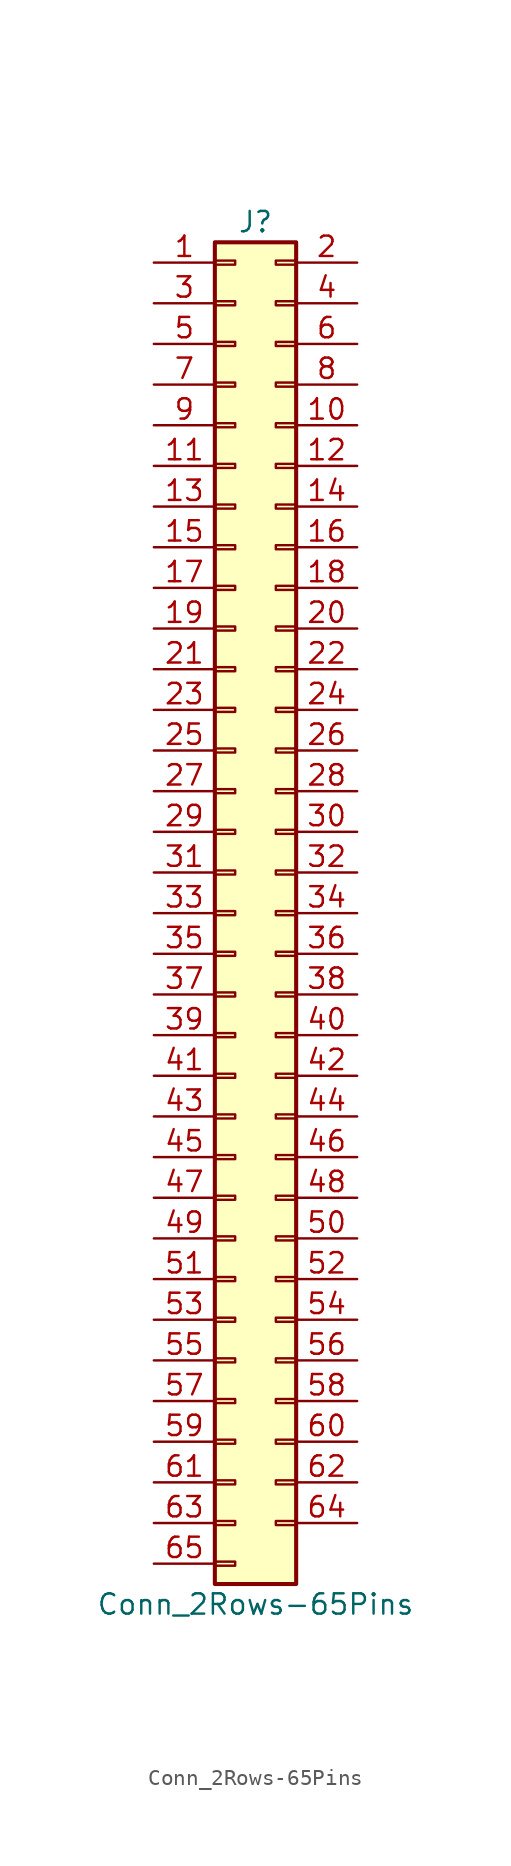
<source format=kicad_sym>
(kicad_symbol_lib
  (version 20220914)
  (generator kicad_symbol_editor)
  (symbol "Conn_2Rows-65Pins"
    (pin_names
      (offset 1.016) hide)
    (property "Reference" "J"
      (at 1.27 43.18 0)
      (effects (font (size 1.27 1.27))))
    (property "Value" "Conn_2Rows-65Pins"
      (at 1.27 -43.18 0)
      (effects (font (size 1.27 1.27))))
    (symbol "Conn_2Rows-65Pins_1_1"
      (rectangle (start -1.27 -40.513) (end 0 -40.767) (stroke (width 0.152) (type default)) (fill (type none)))
      (rectangle (start -1.27 -37.973) (end 0 -38.227) (stroke (width 0.152) (type default)) (fill (type none)))
      (rectangle (start -1.27 -35.433) (end 0 -35.687) (stroke (width 0.152) (type default)) (fill (type none)))
      (rectangle (start -1.27 -32.893) (end 0 -33.147) (stroke (width 0.152) (type default)) (fill (type none)))
      (rectangle (start -1.27 -30.353) (end 0 -30.607) (stroke (width 0.152) (type default)) (fill (type none)))
      (rectangle (start -1.27 -27.813) (end 0 -28.067) (stroke (width 0.152) (type default)) (fill (type none)))
      (rectangle (start -1.27 -25.273) (end 0 -25.527) (stroke (width 0.152) (type default)) (fill (type none)))
      (rectangle (start -1.27 -22.733) (end 0 -22.987) (stroke (width 0.152) (type default)) (fill (type none)))
      (rectangle (start -1.27 -20.193) (end 0 -20.447) (stroke (width 0.152) (type default)) (fill (type none)))
      (rectangle (start -1.27 -17.653) (end 0 -17.907) (stroke (width 0.152) (type default)) (fill (type none)))
      (rectangle (start -1.27 -15.113) (end 0 -15.367) (stroke (width 0.152) (type default)) (fill (type none)))
      (rectangle (start -1.27 -12.573) (end 0 -12.827) (stroke (width 0.152) (type default)) (fill (type none)))
      (rectangle (start -1.27 -10.033) (end 0 -10.287) (stroke (width 0.152) (type default)) (fill (type none)))
      (rectangle (start -1.27 -7.493) (end 0 -7.747) (stroke (width 0.152) (type default)) (fill (type none)))
      (rectangle (start -1.27 -4.953) (end 0 -5.207) (stroke (width 0.152) (type default)) (fill (type none)))
      (rectangle (start -1.27 -2.413) (end 0 -2.667) (stroke (width 0.152) (type default)) (fill (type none)))
      (rectangle (start -1.27 0.127) (end 0 -0.127) (stroke (width 0.152) (type default)) (fill (type none)))
      (rectangle (start -1.27 2.667) (end 0 2.413) (stroke (width 0.152) (type default)) (fill (type none)))
      (rectangle (start -1.27 5.207) (end 0 4.953) (stroke (width 0.152) (type default)) (fill (type none)))
      (rectangle (start -1.27 7.747) (end 0 7.493) (stroke (width 0.152) (type default)) (fill (type none)))
      (rectangle (start -1.27 10.287) (end 0 10.033) (stroke (width 0.152) (type default)) (fill (type none)))
      (rectangle (start -1.27 12.827) (end 0 12.573) (stroke (width 0.152) (type default)) (fill (type none)))
      (rectangle (start -1.27 15.367) (end 0 15.113) (stroke (width 0.152) (type default)) (fill (type none)))
      (rectangle (start -1.27 17.907) (end 0 17.653) (stroke (width 0.152) (type default)) (fill (type none)))
      (rectangle (start -1.27 20.447) (end 0 20.193) (stroke (width 0.152) (type default)) (fill (type none)))
      (rectangle (start -1.27 22.987) (end 0 22.733) (stroke (width 0.152) (type default)) (fill (type none)))
      (rectangle (start -1.27 25.527) (end 0 25.273) (stroke (width 0.152) (type default)) (fill (type none)))
      (rectangle (start -1.27 28.067) (end 0 27.813) (stroke (width 0.152) (type default)) (fill (type none)))
      (rectangle (start -1.27 30.607) (end 0 30.353) (stroke (width 0.152) (type default)) (fill (type none)))
      (rectangle (start -1.27 33.147) (end 0 32.893) (stroke (width 0.152) (type default)) (fill (type none)))
      (rectangle (start -1.27 35.687) (end 0 35.433) (stroke (width 0.152) (type default)) (fill (type none)))
      (rectangle (start -1.27 38.227) (end 0 37.973) (stroke (width 0.152) (type default)) (fill (type none)))
      (rectangle (start -1.27 40.767) (end 0 40.513) (stroke (width 0.152) (type default)) (fill (type none)))
      (rectangle (start -1.27 41.91) (end 3.81 -41.91) (stroke (width 0.254) (type default)) (fill (type background)))
      (rectangle (start 3.81 -37.973) (end 2.54 -38.227) (stroke (width 0.152) (type default)) (fill (type none)))
      (rectangle (start 3.81 -35.433) (end 2.54 -35.687) (stroke (width 0.152) (type default)) (fill (type none)))
      (rectangle (start 3.81 -32.893) (end 2.54 -33.147) (stroke (width 0.152) (type default)) (fill (type none)))
      (rectangle (start 3.81 -30.353) (end 2.54 -30.607) (stroke (width 0.152) (type default)) (fill (type none)))
      (rectangle (start 3.81 -27.813) (end 2.54 -28.067) (stroke (width 0.152) (type default)) (fill (type none)))
      (rectangle (start 3.81 -25.273) (end 2.54 -25.527) (stroke (width 0.152) (type default)) (fill (type none)))
      (rectangle (start 3.81 -22.733) (end 2.54 -22.987) (stroke (width 0.152) (type default)) (fill (type none)))
      (rectangle (start 3.81 -20.193) (end 2.54 -20.447) (stroke (width 0.152) (type default)) (fill (type none)))
      (rectangle (start 3.81 -17.653) (end 2.54 -17.907) (stroke (width 0.152) (type default)) (fill (type none)))
      (rectangle (start 3.81 -15.113) (end 2.54 -15.367) (stroke (width 0.152) (type default)) (fill (type none)))
      (rectangle (start 3.81 -12.573) (end 2.54 -12.827) (stroke (width 0.152) (type default)) (fill (type none)))
      (rectangle (start 3.81 -10.033) (end 2.54 -10.287) (stroke (width 0.152) (type default)) (fill (type none)))
      (rectangle (start 3.81 -7.493) (end 2.54 -7.747) (stroke (width 0.152) (type default)) (fill (type none)))
      (rectangle (start 3.81 -4.953) (end 2.54 -5.207) (stroke (width 0.152) (type default)) (fill (type none)))
      (rectangle (start 3.81 -2.413) (end 2.54 -2.667) (stroke (width 0.152) (type default)) (fill (type none)))
      (rectangle (start 3.81 0.127) (end 2.54 -0.127) (stroke (width 0.152) (type default)) (fill (type none)))
      (rectangle (start 3.81 2.667) (end 2.54 2.413) (stroke (width 0.152) (type default)) (fill (type none)))
      (rectangle (start 3.81 5.207) (end 2.54 4.953) (stroke (width 0.152) (type default)) (fill (type none)))
      (rectangle (start 3.81 7.747) (end 2.54 7.493) (stroke (width 0.152) (type default)) (fill (type none)))
      (rectangle (start 3.81 10.287) (end 2.54 10.033) (stroke (width 0.152) (type default)) (fill (type none)))
      (rectangle (start 3.81 12.827) (end 2.54 12.573) (stroke (width 0.152) (type default)) (fill (type none)))
      (rectangle (start 3.81 15.367) (end 2.54 15.113) (stroke (width 0.152) (type default)) (fill (type none)))
      (rectangle (start 3.81 17.907) (end 2.54 17.653) (stroke (width 0.152) (type default)) (fill (type none)))
      (rectangle (start 3.81 20.447) (end 2.54 20.193) (stroke (width 0.152) (type default)) (fill (type none)))
      (rectangle (start 3.81 22.987) (end 2.54 22.733) (stroke (width 0.152) (type default)) (fill (type none)))
      (rectangle (start 3.81 25.527) (end 2.54 25.273) (stroke (width 0.152) (type default)) (fill (type none)))
      (rectangle (start 3.81 28.067) (end 2.54 27.813) (stroke (width 0.152) (type default)) (fill (type none)))
      (rectangle (start 3.81 30.607) (end 2.54 30.353) (stroke (width 0.152) (type default)) (fill (type none)))
      (rectangle (start 3.81 33.147) (end 2.54 32.893) (stroke (width 0.152) (type default)) (fill (type none)))
      (rectangle (start 3.81 35.687) (end 2.54 35.433) (stroke (width 0.152) (type default)) (fill (type none)))
      (rectangle (start 3.81 38.227) (end 2.54 37.973) (stroke (width 0.152) (type default)) (fill (type none)))
      (rectangle (start 3.81 40.767) (end 2.54 40.513) (stroke (width 0.152) (type default)) (fill (type none)))
      (pin passive line (at -5.08 40.64 0) (length 3.81) (name "Pin_1" (effects (font (size 1.27 1.27)))) (number "1" (effects (font (size 1.27 1.27)))))
      (pin passive line (at 7.62 30.48 180) (length 3.81) (name "Pin_10" (effects (font (size 1.27 1.27)))) (number "10" (effects (font (size 1.27 1.27)))))
      (pin passive line (at -5.08 27.94 0) (length 3.81) (name "Pin_11" (effects (font (size 1.27 1.27)))) (number "11" (effects (font (size 1.27 1.27)))))
      (pin passive line (at 7.62 27.94 180) (length 3.81) (name "Pin_12" (effects (font (size 1.27 1.27)))) (number "12" (effects (font (size 1.27 1.27)))))
      (pin passive line (at -5.08 25.4 0) (length 3.81) (name "Pin_13" (effects (font (size 1.27 1.27)))) (number "13" (effects (font (size 1.27 1.27)))))
      (pin passive line (at 7.62 25.4 180) (length 3.81) (name "Pin_14" (effects (font (size 1.27 1.27)))) (number "14" (effects (font (size 1.27 1.27)))))
      (pin passive line (at -5.08 22.86 0) (length 3.81) (name "Pin_15" (effects (font (size 1.27 1.27)))) (number "15" (effects (font (size 1.27 1.27)))))
      (pin passive line (at 7.62 22.86 180) (length 3.81) (name "Pin_16" (effects (font (size 1.27 1.27)))) (number "16" (effects (font (size 1.27 1.27)))))
      (pin passive line (at -5.08 20.32 0) (length 3.81) (name "Pin_17" (effects (font (size 1.27 1.27)))) (number "17" (effects (font (size 1.27 1.27)))))
      (pin passive line (at 7.62 20.32 180) (length 3.81) (name "Pin_18" (effects (font (size 1.27 1.27)))) (number "18" (effects (font (size 1.27 1.27)))))
      (pin passive line (at -5.08 17.78 0) (length 3.81) (name "Pin_19" (effects (font (size 1.27 1.27)))) (number "19" (effects (font (size 1.27 1.27)))))
      (pin passive line (at 7.62 40.64 180) (length 3.81) (name "Pin_2" (effects (font (size 1.27 1.27)))) (number "2" (effects (font (size 1.27 1.27)))))
      (pin passive line (at 7.62 17.78 180) (length 3.81) (name "Pin_20" (effects (font (size 1.27 1.27)))) (number "20" (effects (font (size 1.27 1.27)))))
      (pin passive line (at -5.08 15.24 0) (length 3.81) (name "Pin_21" (effects (font (size 1.27 1.27)))) (number "21" (effects (font (size 1.27 1.27)))))
      (pin passive line (at 7.62 15.24 180) (length 3.81) (name "Pin_22" (effects (font (size 1.27 1.27)))) (number "22" (effects (font (size 1.27 1.27)))))
      (pin passive line (at -5.08 12.7 0) (length 3.81) (name "Pin_23" (effects (font (size 1.27 1.27)))) (number "23" (effects (font (size 1.27 1.27)))))
      (pin passive line (at 7.62 12.7 180) (length 3.81) (name "Pin_24" (effects (font (size 1.27 1.27)))) (number "24" (effects (font (size 1.27 1.27)))))
      (pin passive line (at -5.08 10.16 0) (length 3.81) (name "Pin_25" (effects (font (size 1.27 1.27)))) (number "25" (effects (font (size 1.27 1.27)))))
      (pin passive line (at 7.62 10.16 180) (length 3.81) (name "Pin_26" (effects (font (size 1.27 1.27)))) (number "26" (effects (font (size 1.27 1.27)))))
      (pin passive line (at -5.08 7.62 0) (length 3.81) (name "Pin_27" (effects (font (size 1.27 1.27)))) (number "27" (effects (font (size 1.27 1.27)))))
      (pin passive line (at 7.62 7.62 180) (length 3.81) (name "Pin_28" (effects (font (size 1.27 1.27)))) (number "28" (effects (font (size 1.27 1.27)))))
      (pin passive line (at -5.08 5.08 0) (length 3.81) (name "Pin_29" (effects (font (size 1.27 1.27)))) (number "29" (effects (font (size 1.27 1.27)))))
      (pin passive line (at -5.08 38.1 0) (length 3.81) (name "Pin_3" (effects (font (size 1.27 1.27)))) (number "3" (effects (font (size 1.27 1.27)))))
      (pin passive line (at 7.62 5.08 180) (length 3.81) (name "Pin_30" (effects (font (size 1.27 1.27)))) (number "30" (effects (font (size 1.27 1.27)))))
      (pin passive line (at -5.08 2.54 0) (length 3.81) (name "Pin_31" (effects (font (size 1.27 1.27)))) (number "31" (effects (font (size 1.27 1.27)))))
      (pin passive line (at 7.62 2.54 180) (length 3.81) (name "Pin_32" (effects (font (size 1.27 1.27)))) (number "32" (effects (font (size 1.27 1.27)))))
      (pin passive line (at -5.08 0 0) (length 3.81) (name "Pin_33" (effects (font (size 1.27 1.27)))) (number "33" (effects (font (size 1.27 1.27)))))
      (pin passive line (at 7.62 0 180) (length 3.81) (name "Pin_34" (effects (font (size 1.27 1.27)))) (number "34" (effects (font (size 1.27 1.27)))))
      (pin passive line (at -5.08 -2.54 0) (length 3.81) (name "Pin_35" (effects (font (size 1.27 1.27)))) (number "35" (effects (font (size 1.27 1.27)))))
      (pin passive line (at 7.62 -2.54 180) (length 3.81) (name "Pin_36" (effects (font (size 1.27 1.27)))) (number "36" (effects (font (size 1.27 1.27)))))
      (pin passive line (at -5.08 -5.08 0) (length 3.81) (name "Pin_37" (effects (font (size 1.27 1.27)))) (number "37" (effects (font (size 1.27 1.27)))))
      (pin passive line (at 7.62 -5.08 180) (length 3.81) (name "Pin_38" (effects (font (size 1.27 1.27)))) (number "38" (effects (font (size 1.27 1.27)))))
      (pin passive line (at -5.08 -7.62 0) (length 3.81) (name "Pin_39" (effects (font (size 1.27 1.27)))) (number "39" (effects (font (size 1.27 1.27)))))
      (pin passive line (at 7.62 38.1 180) (length 3.81) (name "Pin_4" (effects (font (size 1.27 1.27)))) (number "4" (effects (font (size 1.27 1.27)))))
      (pin passive line (at 7.62 -7.62 180) (length 3.81) (name "Pin_40" (effects (font (size 1.27 1.27)))) (number "40" (effects (font (size 1.27 1.27)))))
      (pin passive line (at -5.08 -10.16 0) (length 3.81) (name "Pin_41" (effects (font (size 1.27 1.27)))) (number "41" (effects (font (size 1.27 1.27)))))
      (pin passive line (at 7.62 -10.16 180) (length 3.81) (name "Pin_42" (effects (font (size 1.27 1.27)))) (number "42" (effects (font (size 1.27 1.27)))))
      (pin passive line (at -5.08 -12.7 0) (length 3.81) (name "Pin_43" (effects (font (size 1.27 1.27)))) (number "43" (effects (font (size 1.27 1.27)))))
      (pin passive line (at 7.62 -12.7 180) (length 3.81) (name "Pin_44" (effects (font (size 1.27 1.27)))) (number "44" (effects (font (size 1.27 1.27)))))
      (pin passive line (at -5.08 -15.24 0) (length 3.81) (name "Pin_45" (effects (font (size 1.27 1.27)))) (number "45" (effects (font (size 1.27 1.27)))))
      (pin passive line (at 7.62 -15.24 180) (length 3.81) (name "Pin_46" (effects (font (size 1.27 1.27)))) (number "46" (effects (font (size 1.27 1.27)))))
      (pin passive line (at -5.08 -17.78 0) (length 3.81) (name "Pin_47" (effects (font (size 1.27 1.27)))) (number "47" (effects (font (size 1.27 1.27)))))
      (pin passive line (at 7.62 -17.78 180) (length 3.81) (name "Pin_48" (effects (font (size 1.27 1.27)))) (number "48" (effects (font (size 1.27 1.27)))))
      (pin passive line (at -5.08 -20.32 0) (length 3.81) (name "Pin_49" (effects (font (size 1.27 1.27)))) (number "49" (effects (font (size 1.27 1.27)))))
      (pin passive line (at -5.08 35.56 0) (length 3.81) (name "Pin_5" (effects (font (size 1.27 1.27)))) (number "5" (effects (font (size 1.27 1.27)))))
      (pin passive line (at 7.62 -20.32 180) (length 3.81) (name "Pin_50" (effects (font (size 1.27 1.27)))) (number "50" (effects (font (size 1.27 1.27)))))
      (pin passive line (at -5.08 -22.86 0) (length 3.81) (name "Pin_51" (effects (font (size 1.27 1.27)))) (number "51" (effects (font (size 1.27 1.27)))))
      (pin passive line (at 7.62 -22.86 180) (length 3.81) (name "Pin_52" (effects (font (size 1.27 1.27)))) (number "52" (effects (font (size 1.27 1.27)))))
      (pin passive line (at -5.08 -25.4 0) (length 3.81) (name "Pin_53" (effects (font (size 1.27 1.27)))) (number "53" (effects (font (size 1.27 1.27)))))
      (pin passive line (at 7.62 -25.4 180) (length 3.81) (name "Pin_54" (effects (font (size 1.27 1.27)))) (number "54" (effects (font (size 1.27 1.27)))))
      (pin passive line (at -5.08 -27.94 0) (length 3.81) (name "Pin_55" (effects (font (size 1.27 1.27)))) (number "55" (effects (font (size 1.27 1.27)))))
      (pin passive line (at 7.62 -27.94 180) (length 3.81) (name "Pin_56" (effects (font (size 1.27 1.27)))) (number "56" (effects (font (size 1.27 1.27)))))
      (pin passive line (at -5.08 -30.48 0) (length 3.81) (name "Pin_57" (effects (font (size 1.27 1.27)))) (number "57" (effects (font (size 1.27 1.27)))))
      (pin passive line (at 7.62 -30.48 180) (length 3.81) (name "Pin_58" (effects (font (size 1.27 1.27)))) (number "58" (effects (font (size 1.27 1.27)))))
      (pin passive line (at -5.08 -33.02 0) (length 3.81) (name "Pin_59" (effects (font (size 1.27 1.27)))) (number "59" (effects (font (size 1.27 1.27)))))
      (pin passive line (at 7.62 35.56 180) (length 3.81) (name "Pin_6" (effects (font (size 1.27 1.27)))) (number "6" (effects (font (size 1.27 1.27)))))
      (pin passive line (at 7.62 -33.02 180) (length 3.81) (name "Pin_60" (effects (font (size 1.27 1.27)))) (number "60" (effects (font (size 1.27 1.27)))))
      (pin passive line (at -5.08 -35.56 0) (length 3.81) (name "Pin_61" (effects (font (size 1.27 1.27)))) (number "61" (effects (font (size 1.27 1.27)))))
      (pin passive line (at 7.62 -35.56 180) (length 3.81) (name "Pin_62" (effects (font (size 1.27 1.27)))) (number "62" (effects (font (size 1.27 1.27)))))
      (pin passive line (at -5.08 -38.1 0) (length 3.81) (name "Pin_63" (effects (font (size 1.27 1.27)))) (number "63" (effects (font (size 1.27 1.27)))))
      (pin passive line (at 7.62 -38.1 180) (length 3.81) (name "Pin_64" (effects (font (size 1.27 1.27)))) (number "64" (effects (font (size 1.27 1.27)))))
      (pin passive line (at -5.08 -40.64 0) (length 3.81) (name "Pin_65" (effects (font (size 1.27 1.27)))) (number "65" (effects (font (size 1.27 1.27)))))
      (pin passive line (at -5.08 33.02 0) (length 3.81) (name "Pin_7" (effects (font (size 1.27 1.27)))) (number "7" (effects (font (size 1.27 1.27)))))
      (pin passive line (at 7.62 33.02 180) (length 3.81) (name "Pin_8" (effects (font (size 1.27 1.27)))) (number "8" (effects (font (size 1.27 1.27)))))
      (pin passive line (at -5.08 30.48 0) (length 3.81) (name "Pin_9" (effects (font (size 1.27 1.27)))) (number "9" (effects (font (size 1.27 1.27))))))))
</source>
